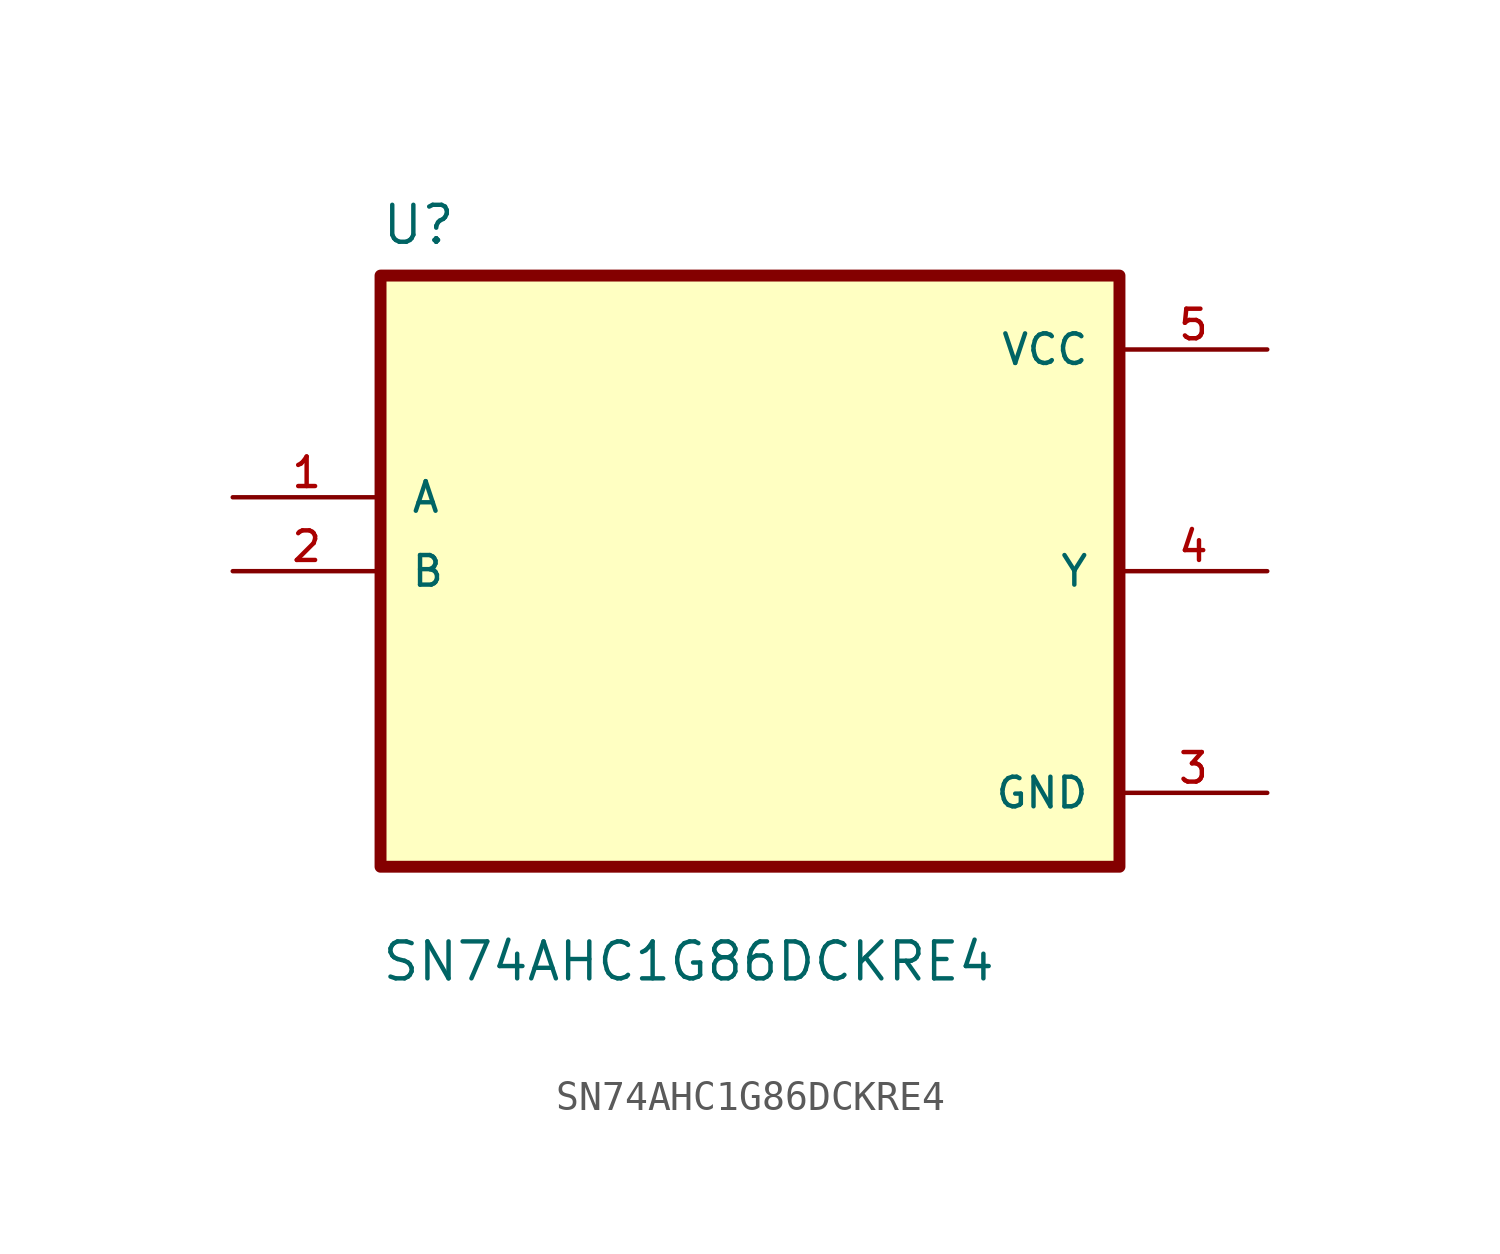
<source format=kicad_sym>
(kicad_symbol_lib
  (version 20241209)
  (generator "kicad_symbol_editor")
  (generator_version "9.0")
  (symbol "SN74AHC1G86DCKRE4"
    (pin_names
      (offset 1.016))
    (property "Reference" "U"
      (at -12.7 11.16 0)
      (effects (font (size 1.27 1.27)) (justify left bottom)))
    (property "Value" "SN74AHC1G86DCKRE4"
      (at -12.7 -14.16 0)
      (effects (font (size 1.27 1.27)) (justify left bottom)))
    (symbol "SN74AHC1G86DCKRE4_0_0"
      (rectangle (start -12.7 -10.16) (end 12.7 10.16) (stroke (width 0.41) (type default)) (fill (type background)))
      (pin input line (at -17.78 2.54 0) (length 5.08) (name "A" (effects (font (size 1.016 1.016)))) (number "1" (effects (font (size 1.016 1.016)))))
      (pin input line (at -17.78 0 0) (length 5.08) (name "B" (effects (font (size 1.016 1.016)))) (number "2" (effects (font (size 1.016 1.016)))))
      (pin power_in line (at 17.78 7.62 180) (length 5.08) (name "VCC" (effects (font (size 1.016 1.016)))) (number "5" (effects (font (size 1.016 1.016)))))
      (pin output line (at 17.78 0 180) (length 5.08) (name "Y" (effects (font (size 1.016 1.016)))) (number "4" (effects (font (size 1.016 1.016)))))
      (pin power_in line (at 17.78 -7.62 180) (length 5.08) (name "GND" (effects (font (size 1.016 1.016)))) (number "3" (effects (font (size 1.016 1.016))))))))
</source>
